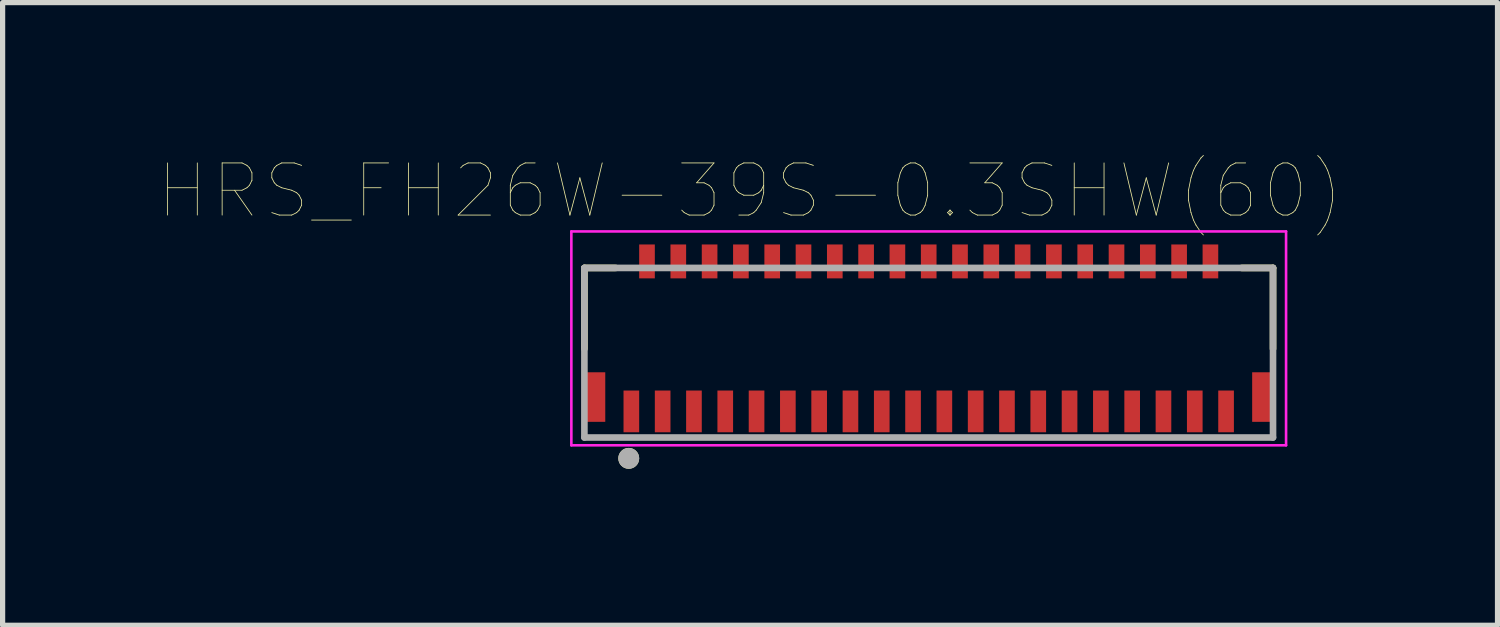
<source format=kicad_pcb>
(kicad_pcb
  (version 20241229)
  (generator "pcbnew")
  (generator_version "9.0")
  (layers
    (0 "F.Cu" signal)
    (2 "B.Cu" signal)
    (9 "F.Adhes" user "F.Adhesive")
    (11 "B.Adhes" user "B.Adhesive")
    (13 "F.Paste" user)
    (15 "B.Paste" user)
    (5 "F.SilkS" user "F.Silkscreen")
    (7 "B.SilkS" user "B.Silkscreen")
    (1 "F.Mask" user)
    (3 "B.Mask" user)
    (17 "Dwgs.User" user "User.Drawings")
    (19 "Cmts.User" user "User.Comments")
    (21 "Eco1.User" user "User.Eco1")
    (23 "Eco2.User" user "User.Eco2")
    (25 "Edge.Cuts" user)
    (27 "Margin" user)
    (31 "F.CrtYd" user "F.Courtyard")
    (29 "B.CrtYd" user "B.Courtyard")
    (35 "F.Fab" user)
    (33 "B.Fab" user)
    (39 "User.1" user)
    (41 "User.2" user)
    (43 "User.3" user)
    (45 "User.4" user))
  (footprint "HRS_FH26W-39S-0.3SHW(60)"
    (layer "F.Cu")
    (at 14.752 3.436)
    (property "Reference" "HRS_FH26W-39S-0.3SHW(60)" (at -3.425 -2.825 0) (layer "F.SilkS") (effects (font (size 1 1) (thickness 0.015))))
    (attr through_hole)
    (fp_line (start -6.6 -1.35) (end -6 -1.35) (stroke (width 0.127) (type solid)) (layer "F.SilkS"))
    (fp_line (start -6.6 0.2) (end -6.6 -1.35) (stroke (width 0.127) (type solid)) (layer "F.SilkS"))
    (fp_line (start 6.6 -1.35) (end 6 -1.35) (stroke (width 0.127) (type solid)) (layer "F.SilkS"))
    (fp_line (start 6.6 0.2) (end 6.6 -1.35) (stroke (width 0.127) (type solid)) (layer "F.SilkS"))
    (fp_circle (center -5.75 2.3) (end -5.65 2.3) (stroke (width 0.2) (type solid)) (fill no) (layer "F.SilkS"))
    (fp_poly (pts (xy -6.6 0.9) (xy -6.3 0.9) (xy -6.3 1.6) (xy -6.6 1.6)) (stroke (width 0.01) (type solid)) (fill yes) (layer "F.Paste"))
    (fp_poly (pts (xy -5.815 1.15) (xy -5.585 1.15) (xy -5.585 1.8) (xy -5.815 1.8)) (stroke (width 0.01) (type solid)) (fill yes) (layer "F.Paste"))
    (fp_poly (pts (xy -5.515 -1.8) (xy -5.285 -1.8) (xy -5.285 -1.25) (xy -5.515 -1.25)) (stroke (width 0.01) (type solid)) (fill yes) (layer "F.Paste"))
    (fp_poly (pts (xy -5.215 1.15) (xy -4.985 1.15) (xy -4.985 1.8) (xy -5.215 1.8)) (stroke (width 0.01) (type solid)) (fill yes) (layer "F.Paste"))
    (fp_poly (pts (xy -4.915 -1.8) (xy -4.685 -1.8) (xy -4.685 -1.25) (xy -4.915 -1.25)) (stroke (width 0.01) (type solid)) (fill yes) (layer "F.Paste"))
    (fp_poly (pts (xy -4.615 1.15) (xy -4.385 1.15) (xy -4.385 1.8) (xy -4.615 1.8)) (stroke (width 0.01) (type solid)) (fill yes) (layer "F.Paste"))
    (fp_poly (pts (xy -4.315 -1.8) (xy -4.085 -1.8) (xy -4.085 -1.25) (xy -4.315 -1.25)) (stroke (width 0.01) (type solid)) (fill yes) (layer "F.Paste"))
    (fp_poly (pts (xy -4.015 1.15) (xy -3.785 1.15) (xy -3.785 1.8) (xy -4.015 1.8)) (stroke (width 0.01) (type solid)) (fill yes) (layer "F.Paste"))
    (fp_poly (pts (xy -3.715 -1.8) (xy -3.485 -1.8) (xy -3.485 -1.25) (xy -3.715 -1.25)) (stroke (width 0.01) (type solid)) (fill yes) (layer "F.Paste"))
    (fp_poly (pts (xy -3.415 1.15) (xy -3.185 1.15) (xy -3.185 1.8) (xy -3.415 1.8)) (stroke (width 0.01) (type solid)) (fill yes) (layer "F.Paste"))
    (fp_poly (pts (xy -3.115 -1.8) (xy -2.885 -1.8) (xy -2.885 -1.25) (xy -3.115 -1.25)) (stroke (width 0.01) (type solid)) (fill yes) (layer "F.Paste"))
    (fp_poly (pts (xy -2.815 1.15) (xy -2.585 1.15) (xy -2.585 1.8) (xy -2.815 1.8)) (stroke (width 0.01) (type solid)) (fill yes) (layer "F.Paste"))
    (fp_poly (pts (xy -2.515 -1.8) (xy -2.285 -1.8) (xy -2.285 -1.25) (xy -2.515 -1.25)) (stroke (width 0.01) (type solid)) (fill yes) (layer "F.Paste"))
    (fp_poly (pts (xy -2.215 1.15) (xy -1.985 1.15) (xy -1.985 1.8) (xy -2.215 1.8)) (stroke (width 0.01) (type solid)) (fill yes) (layer "F.Paste"))
    (fp_poly (pts (xy -1.915 -1.8) (xy -1.685 -1.8) (xy -1.685 -1.25) (xy -1.915 -1.25)) (stroke (width 0.01) (type solid)) (fill yes) (layer "F.Paste"))
    (fp_poly (pts (xy -1.615 1.15) (xy -1.385 1.15) (xy -1.385 1.8) (xy -1.615 1.8)) (stroke (width 0.01) (type solid)) (fill yes) (layer "F.Paste"))
    (fp_poly (pts (xy -1.315 -1.8) (xy -1.085 -1.8) (xy -1.085 -1.25) (xy -1.315 -1.25)) (stroke (width 0.01) (type solid)) (fill yes) (layer "F.Paste"))
    (fp_poly (pts (xy -1.015 1.15) (xy -0.785 1.15) (xy -0.785 1.8) (xy -1.015 1.8)) (stroke (width 0.01) (type solid)) (fill yes) (layer "F.Paste"))
    (fp_poly (pts (xy -0.715 -1.8) (xy -0.485 -1.8) (xy -0.485 -1.25) (xy -0.715 -1.25)) (stroke (width 0.01) (type solid)) (fill yes) (layer "F.Paste"))
    (fp_poly (pts (xy -0.415 1.15) (xy -0.185 1.15) (xy -0.185 1.8) (xy -0.415 1.8)) (stroke (width 0.01) (type solid)) (fill yes) (layer "F.Paste"))
    (fp_poly (pts (xy -0.115 -1.8) (xy 0.115 -1.8) (xy 0.115 -1.25) (xy -0.115 -1.25)) (stroke (width 0.01) (type solid)) (fill yes) (layer "F.Paste"))
    (fp_poly (pts (xy 0.185 1.15) (xy 0.415 1.15) (xy 0.415 1.8) (xy 0.185 1.8)) (stroke (width 0.01) (type solid)) (fill yes) (layer "F.Paste"))
    (fp_poly (pts (xy 0.485 -1.8) (xy 0.715 -1.8) (xy 0.715 -1.25) (xy 0.485 -1.25)) (stroke (width 0.01) (type solid)) (fill yes) (layer "F.Paste"))
    (fp_poly (pts (xy 0.785 1.15) (xy 1.015 1.15) (xy 1.015 1.8) (xy 0.785 1.8)) (stroke (width 0.01) (type solid)) (fill yes) (layer "F.Paste"))
    (fp_poly (pts (xy 1.085 -1.8) (xy 1.315 -1.8) (xy 1.315 -1.25) (xy 1.085 -1.25)) (stroke (width 0.01) (type solid)) (fill yes) (layer "F.Paste"))
    (fp_poly (pts (xy 1.385 1.15) (xy 1.615 1.15) (xy 1.615 1.8) (xy 1.385 1.8)) (stroke (width 0.01) (type solid)) (fill yes) (layer "F.Paste"))
    (fp_poly (pts (xy 1.685 -1.8) (xy 1.915 -1.8) (xy 1.915 -1.25) (xy 1.685 -1.25)) (stroke (width 0.01) (type solid)) (fill yes) (layer "F.Paste"))
    (fp_poly (pts (xy 1.985 1.15) (xy 2.215 1.15) (xy 2.215 1.8) (xy 1.985 1.8)) (stroke (width 0.01) (type solid)) (fill yes) (layer "F.Paste"))
    (fp_poly (pts (xy 2.285 -1.8) (xy 2.515 -1.8) (xy 2.515 -1.25) (xy 2.285 -1.25)) (stroke (width 0.01) (type solid)) (fill yes) (layer "F.Paste"))
    (fp_poly (pts (xy 2.585 1.15) (xy 2.815 1.15) (xy 2.815 1.8) (xy 2.585 1.8)) (stroke (width 0.01) (type solid)) (fill yes) (layer "F.Paste"))
    (fp_poly (pts (xy 2.885 -1.8) (xy 3.115 -1.8) (xy 3.115 -1.25) (xy 2.885 -1.25)) (stroke (width 0.01) (type solid)) (fill yes) (layer "F.Paste"))
    (fp_poly (pts (xy 3.185 1.15) (xy 3.415 1.15) (xy 3.415 1.8) (xy 3.185 1.8)) (stroke (width 0.01) (type solid)) (fill yes) (layer "F.Paste"))
    (fp_poly (pts (xy 3.485 -1.8) (xy 3.715 -1.8) (xy 3.715 -1.25) (xy 3.485 -1.25)) (stroke (width 0.01) (type solid)) (fill yes) (layer "F.Paste"))
    (fp_poly (pts (xy 3.785 1.15) (xy 4.015 1.15) (xy 4.015 1.8) (xy 3.785 1.8)) (stroke (width 0.01) (type solid)) (fill yes) (layer "F.Paste"))
    (fp_poly (pts (xy 4.085 -1.8) (xy 4.315 -1.8) (xy 4.315 -1.25) (xy 4.085 -1.25)) (stroke (width 0.01) (type solid)) (fill yes) (layer "F.Paste"))
    (fp_poly (pts (xy 4.385 1.15) (xy 4.615 1.15) (xy 4.615 1.8) (xy 4.385 1.8)) (stroke (width 0.01) (type solid)) (fill yes) (layer "F.Paste"))
    (fp_poly (pts (xy 4.685 -1.8) (xy 4.915 -1.8) (xy 4.915 -1.25) (xy 4.685 -1.25)) (stroke (width 0.01) (type solid)) (fill yes) (layer "F.Paste"))
    (fp_poly (pts (xy 4.985 1.15) (xy 5.215 1.15) (xy 5.215 1.8) (xy 4.985 1.8)) (stroke (width 0.01) (type solid)) (fill yes) (layer "F.Paste"))
    (fp_poly (pts (xy 5.285 -1.8) (xy 5.515 -1.8) (xy 5.515 -1.25) (xy 5.285 -1.25)) (stroke (width 0.01) (type solid)) (fill yes) (layer "F.Paste"))
    (fp_poly (pts (xy 5.585 1.15) (xy 5.815 1.15) (xy 5.815 1.8) (xy 5.585 1.8)) (stroke (width 0.01) (type solid)) (fill yes) (layer "F.Paste"))
    (fp_poly (pts (xy 6.3 0.9) (xy 6.6 0.9) (xy 6.6 1.6) (xy 6.3 1.6)) (stroke (width 0.01) (type solid)) (fill yes) (layer "F.Paste"))
    (fp_line (start -6.85 -2.05) (end 6.85 -2.05) (stroke (width 0.05) (type solid)) (layer "F.CrtYd"))
    (fp_line (start -6.85 2.05) (end -6.85 -2.05) (stroke (width 0.05) (type solid)) (layer "F.CrtYd"))
    (fp_line (start 6.85 -2.05) (end 6.85 2.05) (stroke (width 0.05) (type solid)) (layer "F.CrtYd"))
    (fp_line (start 6.85 2.05) (end -6.85 2.05) (stroke (width 0.05) (type solid)) (layer "F.CrtYd"))
    (fp_line (start -6.6 -1.35) (end 6.6 -1.35) (stroke (width 0.127) (type solid)) (layer "F.Fab"))
    (fp_line (start -6.6 1.9) (end -6.6 -1.35) (stroke (width 0.127) (type solid)) (layer "F.Fab"))
    (fp_line (start 6.6 -1.35) (end 6.6 1.9) (stroke (width 0.127) (type solid)) (layer "F.Fab"))
    (fp_line (start 6.6 1.9) (end -6.6 1.9) (stroke (width 0.127) (type solid)) (layer "F.Fab"))
    (fp_circle (center -5.75 2.3) (end -5.65 2.3) (stroke (width 0.2) (type solid)) (fill no) (layer "F.Fab"))
    (pad "1" smd rect (at -5.7 1.4) (size 0.3 0.8) (layers "F.Cu" "F.Mask"))
    (pad "2" smd rect (at -5.4 -1.475) (size 0.3 0.65) (layers "F.Cu" "F.Mask"))
    (pad "3" smd rect (at -5.1 1.4) (size 0.3 0.8) (layers "F.Cu" "F.Mask"))
    (pad "4" smd rect (at -4.8 -1.475) (size 0.3 0.65) (layers "F.Cu" "F.Mask"))
    (pad "5" smd rect (at -4.5 1.4) (size 0.3 0.8) (layers "F.Cu" "F.Mask"))
    (pad "6" smd rect (at -4.2 -1.475) (size 0.3 0.65) (layers "F.Cu" "F.Mask"))
    (pad "7" smd rect (at -3.9 1.4) (size 0.3 0.8) (layers "F.Cu" "F.Mask"))
    (pad "8" smd rect (at -3.6 -1.475) (size 0.3 0.65) (layers "F.Cu" "F.Mask"))
    (pad "9" smd rect (at -3.3 1.4) (size 0.3 0.8) (layers "F.Cu" "F.Mask"))
    (pad "10" smd rect (at -3 -1.475) (size 0.3 0.65) (layers "F.Cu" "F.Mask"))
    (pad "11" smd rect (at -2.7 1.4) (size 0.3 0.8) (layers "F.Cu" "F.Mask"))
    (pad "12" smd rect (at -2.4 -1.475) (size 0.3 0.65) (layers "F.Cu" "F.Mask"))
    (pad "13" smd rect (at -2.1 1.4) (size 0.3 0.8) (layers "F.Cu" "F.Mask"))
    (pad "14" smd rect (at -1.8 -1.475) (size 0.3 0.65) (layers "F.Cu" "F.Mask"))
    (pad "15" smd rect (at -1.5 1.4) (size 0.3 0.8) (layers "F.Cu" "F.Mask"))
    (pad "16" smd rect (at -1.2 -1.475) (size 0.3 0.65) (layers "F.Cu" "F.Mask"))
    (pad "17" smd rect (at -0.9 1.4) (size 0.3 0.8) (layers "F.Cu" "F.Mask"))
    (pad "18" smd rect (at -0.6 -1.475) (size 0.3 0.65) (layers "F.Cu" "F.Mask"))
    (pad "19" smd rect (at -0.3 1.4) (size 0.3 0.8) (layers "F.Cu" "F.Mask"))
    (pad "20" smd rect (at 0 -1.475) (size 0.3 0.65) (layers "F.Cu" "F.Mask"))
    (pad "21" smd rect (at 0.3 1.4) (size 0.3 0.8) (layers "F.Cu" "F.Mask"))
    (pad "22" smd rect (at 0.6 -1.475) (size 0.3 0.65) (layers "F.Cu" "F.Mask"))
    (pad "23" smd rect (at 0.9 1.4) (size 0.3 0.8) (layers "F.Cu" "F.Mask"))
    (pad "24" smd rect (at 1.2 -1.475) (size 0.3 0.65) (layers "F.Cu" "F.Mask"))
    (pad "25" smd rect (at 1.5 1.4) (size 0.3 0.8) (layers "F.Cu" "F.Mask"))
    (pad "26" smd rect (at 1.8 -1.475) (size 0.3 0.65) (layers "F.Cu" "F.Mask"))
    (pad "27" smd rect (at 2.1 1.4) (size 0.3 0.8) (layers "F.Cu" "F.Mask"))
    (pad "28" smd rect (at 2.4 -1.475) (size 0.3 0.65) (layers "F.Cu" "F.Mask"))
    (pad "29" smd rect (at 2.7 1.4) (size 0.3 0.8) (layers "F.Cu" "F.Mask"))
    (pad "30" smd rect (at 3 -1.475) (size 0.3 0.65) (layers "F.Cu" "F.Mask"))
    (pad "31" smd rect (at 3.3 1.4) (size 0.3 0.8) (layers "F.Cu" "F.Mask"))
    (pad "32" smd rect (at 3.6 -1.475) (size 0.3 0.65) (layers "F.Cu" "F.Mask"))
    (pad "33" smd rect (at 3.9 1.4) (size 0.3 0.8) (layers "F.Cu" "F.Mask"))
    (pad "34" smd rect (at 4.2 -1.475) (size 0.3 0.65) (layers "F.Cu" "F.Mask"))
    (pad "35" smd rect (at 4.5 1.4) (size 0.3 0.8) (layers "F.Cu" "F.Mask"))
    (pad "36" smd rect (at 4.8 -1.475) (size 0.3 0.65) (layers "F.Cu" "F.Mask"))
    (pad "37" smd rect (at 5.1 1.4) (size 0.3 0.8) (layers "F.Cu" "F.Mask"))
    (pad "38" smd rect (at 5.4 -1.475) (size 0.3 0.65) (layers "F.Cu" "F.Mask"))
    (pad "39" smd rect (at 5.7 1.4) (size 0.3 0.8) (layers "F.Cu" "F.Mask"))
    (pad "S1" smd rect (at -6.4 1.125) (size 0.4 0.95) (layers "F.Cu" "F.Mask"))
    (pad "S2" smd rect (at 6.4 1.125) (size 0.4 0.95) (layers "F.Cu" "F.Mask")))
  (gr_rect
    (start -3 -3)
    (end 25.655 8.936)
    (stroke (width 0.1) (type default))
    (fill no)
    (layer "Edge.Cuts")))
</source>
